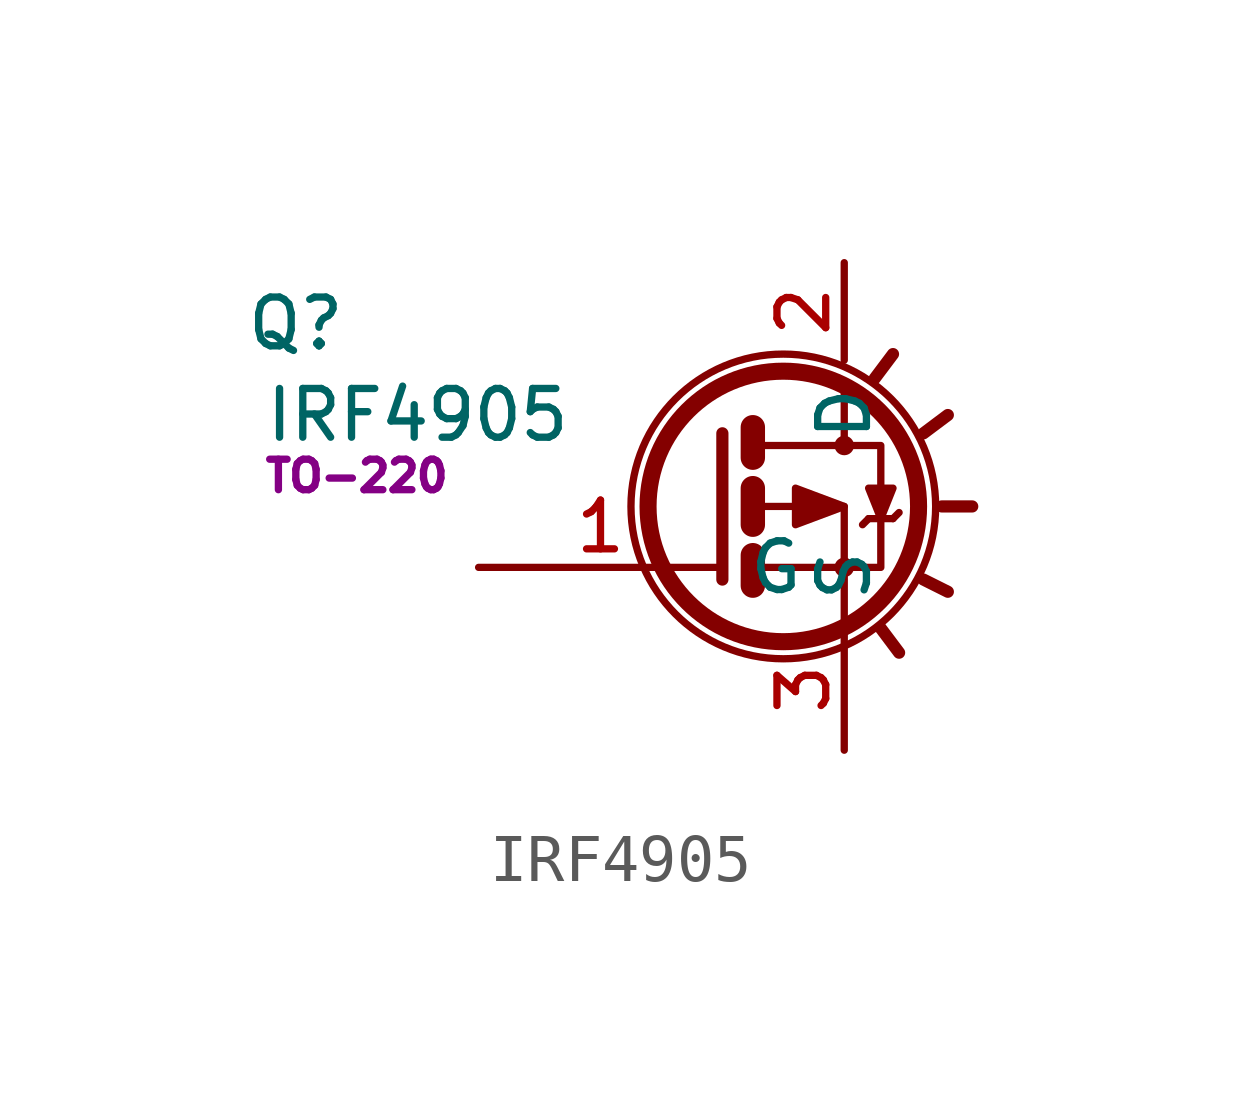
<source format=kicad_sym>
(kicad_symbol_lib
  (version 20211014)
  (generator kicad_symbol_editor)
  (symbol "IRF4905"
    (property "Reference" "Q"
      (at -11.43 5.08 0)
      (effects (font (size 1.016 1.016))))
    (property "Value" "IRF4905"
      (at -8.89 3.175 0)
      (effects (font (size 1.016 1.016))))
    (property "Footprint" "TO-220"
      (at -10.16 1.905 0)
      (effects (font (size 0.635 0.635))))
    (symbol "IRF4905_0_1"
      (circle (center -1.27 1.27) (radius 2.819) (stroke (width 0.356) (type default) (color 0 0 0 0)) (fill (type none)))
      (circle (center -1.27 1.27) (radius 3.175) (stroke (width 0) (type default) (color 0 0 0 0)) (fill (type none)))
      (polyline (pts (xy -1.905 0.254) (xy -1.905 -0.381)) (stroke (width 0.508) (type default) (color 0 0 0 0)) (fill (type none)))
      (polyline (pts (xy -1.905 1.651) (xy -1.905 0.889)) (stroke (width 0.508) (type default) (color 0 0 0 0)) (fill (type none)))
      (polyline (pts (xy -1.905 2.921) (xy -1.905 2.286)) (stroke (width 0.508) (type default) (color 0 0 0 0)) (fill (type none)))
      (polyline (pts (xy 0.508 1.016) (xy 0.381 0.889)) (stroke (width 0) (type default) (color 0 0 0 0)) (fill (type none)))
      (polyline (pts (xy 0.635 3.937) (xy 1.016 4.445)) (stroke (width 0.254) (type default) (color 0 0 0 0)) (fill (type none)))
      (polyline (pts (xy 0.762 -1.27) (xy 1.143 -1.778)) (stroke (width 0.254) (type default) (color 0 0 0 0)) (fill (type none)))
      (polyline (pts (xy 1.016 1.016) (xy 0.508 1.016)) (stroke (width 0) (type default) (color 0 0 0 0)) (fill (type none)))
      (polyline (pts (xy 1.016 1.016) (xy 1.143 1.143)) (stroke (width 0) (type default) (color 0 0 0 0)) (fill (type none)))
      (polyline (pts (xy 1.651 -0.254) (xy 2.159 -0.508)) (stroke (width 0.254) (type default) (color 0 0 0 0)) (fill (type none)))
      (polyline (pts (xy 1.651 2.794) (xy 2.159 3.175)) (stroke (width 0.254) (type default) (color 0 0 0 0)) (fill (type none)))
      (polyline (pts (xy 2.032 1.27) (xy 2.667 1.27)) (stroke (width 0.254) (type default) (color 0 0 0 0)) (fill (type none)))
      (polyline (pts (xy -2.54 2.794) (xy -2.54 -0.254) (xy -2.54 -0.254)) (stroke (width 0.254) (type default) (color 0 0 0 0)) (fill (type none)))
      (polyline (pts (xy -1.778 0) (xy 0 0) (xy 0 -1.27) (xy 0 -1.27)) (stroke (width 0) (type default) (color 0 0 0 0)) (fill (type none)))
      (polyline (pts (xy -1.778 2.54) (xy 0 2.54) (xy 0 3.81) (xy 0 3.81)) (stroke (width 0) (type default) (color 0 0 0 0)) (fill (type none)))
      (polyline (pts (xy 0 2.54) (xy 0.762 2.54) (xy 0.762 0) (xy 0 0)) (stroke (width 0) (type default) (color 0 0 0 0)) (fill (type none)))
      (polyline (pts (xy 0.762 1.016) (xy 1.016 1.651) (xy 0.508 1.651) (xy 0.762 1.016)) (stroke (width 0) (type default) (color 0 0 0 0)) (fill (type outline)))
      (polyline (pts (xy -1.778 1.27) (xy -1.27 1.27) (xy 0 1.27) (xy 0 0) (xy 0 0)) (stroke (width 0) (type default) (color 0 0 0 0)) (fill (type none)))
      (polyline (pts (xy 0 1.27) (xy -1.016 0.889) (xy -1.016 1.651) (xy 0 1.27) (xy -0.127 1.27) (xy -0.127 1.27)) (stroke (width 0) (type default) (color 0 0 0 0)) (fill (type outline)))
      (circle (center 0 0) (radius 0.127) (stroke (width 0) (type default) (color 0 0 0 0)) (fill (type none)))
      (circle (center 0 2.54) (radius 0.127) (stroke (width 0) (type default) (color 0 0 0 0)) (fill (type none))))
    (symbol "IRF4905_1_1"
      (pin input line (at -7.62 0 0) (length 5.08) (name "G" (effects (font (size 1.016 1.016)))) (number "1" (effects (font (size 1.016 1.016)))))
      (pin passive line (at 0 6.35 270) (length 2.032) (name "D" (effects (font (size 1.016 1.016)))) (number "2" (effects (font (size 1.016 1.016)))))
      (pin passive line (at 0 -3.81 90) (length 2.54) (name "S" (effects (font (size 1.016 1.016)))) (number "3" (effects (font (size 1.016 1.016))))))))
</source>
